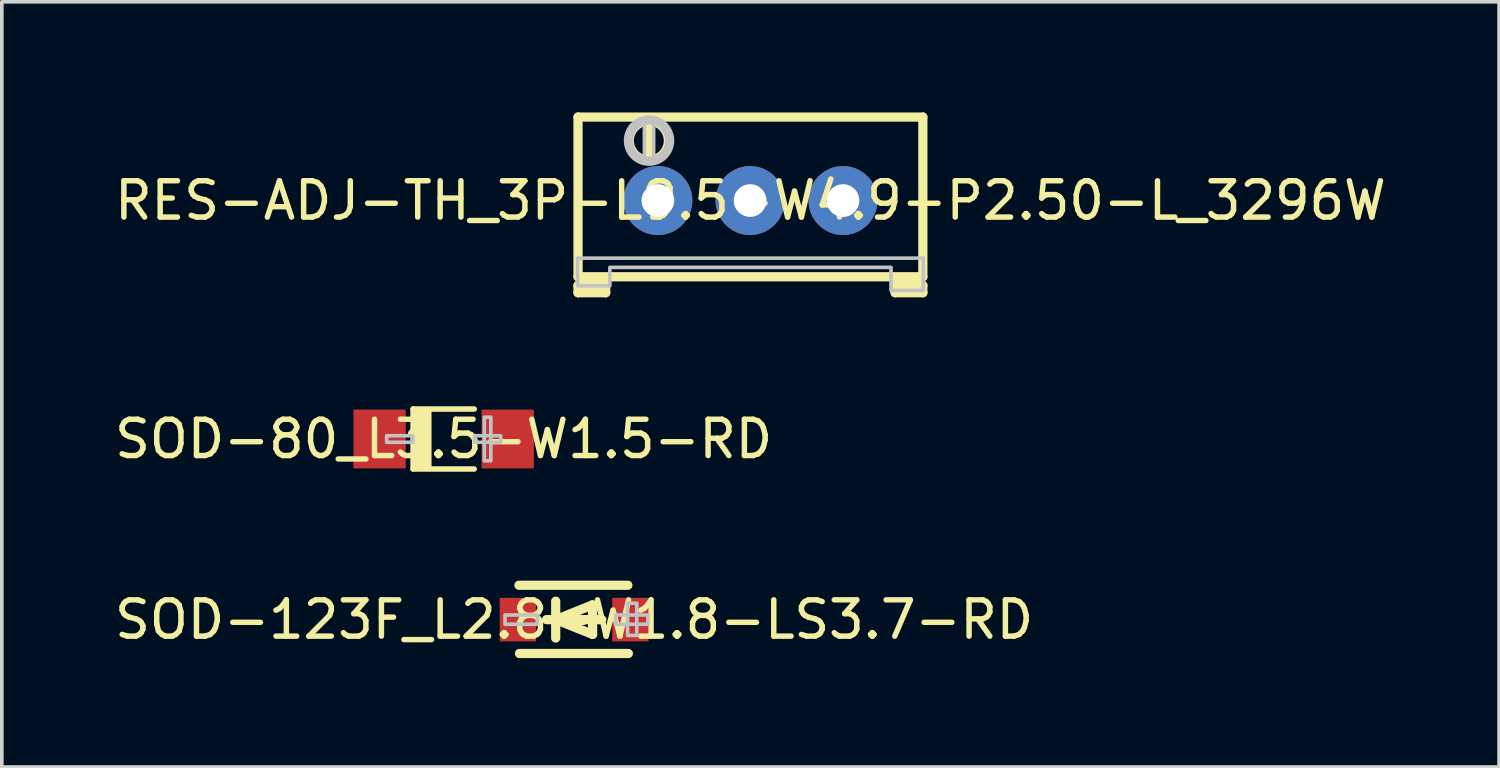
<source format=kicad_pcb>
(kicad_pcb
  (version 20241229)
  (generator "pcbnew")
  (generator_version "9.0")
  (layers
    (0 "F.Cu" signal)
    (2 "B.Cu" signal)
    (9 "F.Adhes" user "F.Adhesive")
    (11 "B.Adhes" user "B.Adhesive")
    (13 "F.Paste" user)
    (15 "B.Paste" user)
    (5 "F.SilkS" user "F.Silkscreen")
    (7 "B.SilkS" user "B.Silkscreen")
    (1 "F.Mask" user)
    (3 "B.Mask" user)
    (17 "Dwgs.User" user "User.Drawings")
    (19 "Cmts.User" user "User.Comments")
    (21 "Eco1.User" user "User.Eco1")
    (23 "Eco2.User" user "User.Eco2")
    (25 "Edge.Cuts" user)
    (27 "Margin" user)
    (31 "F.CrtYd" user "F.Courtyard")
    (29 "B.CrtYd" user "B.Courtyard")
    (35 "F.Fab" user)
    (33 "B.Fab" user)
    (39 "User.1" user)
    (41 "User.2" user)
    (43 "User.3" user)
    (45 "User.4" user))
  (footprint "RES-ADJ-TH_3P-L9.5-W4.9-P2.50-L_3296W"
    (layer "F.Cu")
    (at 17.625 2.475)
    (property "Reference" "RES-ADJ-TH_3P-L9.5-W4.9-P2.50-L_3296W" (at 0 0 0) (layer "F.SilkS") (effects (font (size 1 1) (thickness 0.15))))
    (fp_line (start -4.75 -2.3) (end 4.75 -2.3) (stroke (width 0.254) (type default)) (layer "F.SilkS"))
    (fp_line (start -4.75 2.1) (end -4.75 -2.3) (stroke (width 0.254) (type default)) (layer "F.SilkS"))
    (fp_line (start -4.75 2.34) (end -3.988 2.34) (stroke (width 0.254) (type default)) (layer "F.SilkS"))
    (fp_line (start -4.75 2.54) (end -4.75 2.34) (stroke (width 0.254) (type default)) (layer "F.SilkS"))
    (fp_line (start -3.988 2.34) (end -3.988 2.54) (stroke (width 0.254) (type default)) (layer "F.SilkS"))
    (fp_line (start -3.988 2.54) (end -4.75 2.54) (stroke (width 0.254) (type default)) (layer "F.SilkS"))
    (fp_line (start -2.804 -2.032) (end -2.804 -1.651) (stroke (width 0.254) (type default)) (layer "F.SilkS"))
    (fp_line (start -2.804 -1.651) (end -2.804 -2.032) (stroke (width 0.254) (type default)) (layer "F.SilkS"))
    (fp_line (start -2.804 -1.27) (end -2.804 -1.651) (stroke (width 0.254) (type default)) (layer "F.SilkS"))
    (fp_line (start 3.988 2.34) (end 4.75 2.34) (stroke (width 0.254) (type default)) (layer "F.SilkS"))
    (fp_line (start 3.988 2.54) (end 3.988 2.34) (stroke (width 0.254) (type default)) (layer "F.SilkS"))
    (fp_line (start 4.75 -2.3) (end 4.75 2.1) (stroke (width 0.254) (type default)) (layer "F.SilkS"))
    (fp_line (start 4.75 2.1) (end -4.75 2.1) (stroke (width 0.254) (type default)) (layer "F.SilkS"))
    (fp_line (start 4.75 2.34) (end 4.75 2.54) (stroke (width 0.254) (type default)) (layer "F.SilkS"))
    (fp_line (start 4.75 2.54) (end 3.988 2.54) (stroke (width 0.254) (type default)) (layer "F.SilkS"))
    (fp_arc (start -2.794 -2.1895) (mid -2.799 -1.111477) (end -2.804 -2.1895) (stroke (width 0.254) (type default)) (layer "F.SilkS"))
    (fp_circle (center -2.794 -1.651) (end -2.226 -1.651) (stroke (width 0.254) (type default)) (fill no) (layer "Dwgs.User"))
    (fp_poly (pts (xy -2.921 -2.159) (xy -2.667 -2.159) (xy -2.667 -1.143) (xy -2.921 -1.143)) (stroke (width 0.1) (type default)) (fill no) (layer "Dwgs.User"))
    (fp_poly (pts (xy -4.763 2.349) (xy -4.763 1.587) (xy 4.763 1.587) (xy 4.763 2.477) (xy 3.873 2.477) (xy 3.873 1.841) (xy -3.873 1.841) (xy -3.873 2.349)) (stroke (width 0.1) (type default)) (fill no) (layer "Dwgs.User"))
    (fp_poly (pts (xy -2.305 -0.049) (xy -2.342 -0.139) (xy -2.411 -0.208) (xy -2.501 -0.245) (xy -2.599 -0.245) (xy -2.689 -0.208) (xy -2.758 -0.139) (xy -2.795 -0.049) (xy -2.795 0.049) (xy -2.758 0.139) (xy -2.689 0.208) (xy -2.599 0.245) (xy -2.501 0.245) (xy -2.411 0.208) (xy -2.342 0.139) (xy -2.305 0.049)) (stroke (width 0.1) (type default)) (fill no) (layer "User.1"))
    (fp_poly (pts (xy 0.235 -0.049) (xy 0.198 -0.139) (xy 0.129 -0.208) (xy 0.039 -0.245) (xy -0.059 -0.245) (xy -0.149 -0.208) (xy -0.218 -0.139) (xy -0.255 -0.049) (xy -0.255 0.049) (xy -0.218 0.139) (xy -0.149 0.208) (xy -0.059 0.245) (xy 0.039 0.245) (xy 0.129 0.208) (xy 0.198 0.139) (xy 0.235 0.049)) (stroke (width 0.1) (type default)) (fill no) (layer "User.1"))
    (fp_poly (pts (xy 2.795 -0.049) (xy 2.758 -0.139) (xy 2.689 -0.208) (xy 2.599 -0.245) (xy 2.501 -0.245) (xy 2.411 -0.208) (xy 2.342 -0.139) (xy 2.305 -0.049) (xy 2.305 0.049) (xy 2.342 0.139) (xy 2.411 0.208) (xy 2.501 0.245) (xy 2.599 0.245) (xy 2.689 0.208) (xy 2.758 0.139) (xy 2.795 0.049)) (stroke (width 0.1) (type default)) (fill no) (layer "User.1"))
    (fp_line (start -4.75 -2.45) (end 4.75 -2.45) (stroke (width 0.051) (type default)) (layer "User.2"))
    (fp_line (start -4.75 2.4) (end -4.75 -2.45) (stroke (width 0.051) (type default)) (layer "User.2"))
    (fp_line (start -3.937 1.95) (end -3.937 2.4) (stroke (width 0.051) (type default)) (layer "User.2"))
    (fp_line (start -3.937 2.4) (end -4.75 2.4) (stroke (width 0.051) (type default)) (layer "User.2"))
    (fp_line (start 3.937 1.95) (end -3.937 1.95) (stroke (width 0.051) (type default)) (layer "User.2"))
    (fp_line (start 3.937 2.4) (end 3.937 1.95) (stroke (width 0.051) (type default)) (layer "User.2"))
    (fp_line (start 4.75 -2.45) (end 4.75 2.4) (stroke (width 0.051) (type default)) (layer "User.2"))
    (fp_line (start 4.75 2.4) (end 3.937 2.4) (stroke (width 0.051) (type default)) (layer "User.2"))
    (fp_poly (pts (xy -4.695 2.377) (xy -4.727 2.345) (xy -4.773 2.345) (xy -4.805 2.377) (xy -4.805 2.423) (xy -4.773 2.455) (xy -4.727 2.455) (xy -4.695 2.423)) (stroke (width 0.1) (type default)) (fill no) (layer "User.3"))
    (pad "1" thru_hole circle (at -2.55 0) (size 1.9 1.9) (drill 0.9) (layers "*.Cu" "*.Mask"))
    (pad "2" thru_hole circle (at -0.01 0) (size 1.9 1.9) (drill 0.9) (layers "*.Cu" "*.Mask"))
    (pad "3" thru_hole circle (at 2.55 0) (size 1.9 1.9) (drill 0.9) (layers "*.Cu" "*.Mask")))
  (footprint "SOD-80_L3.5-W1.5-RD"
    (layer "F.Cu")
    (at 9.173 9.045)
    (property "Reference" "SOD-80_L3.5-W1.5-RD" (at 0 0 0) (layer "F.SilkS") (effects (font (size 1 1) (thickness 0.15))))
    (fp_line (start -0.842 -0.826) (end -0.842 0.826) (stroke (width 0.152) (type default)) (layer "F.SilkS"))
    (fp_line (start -0.842 -0.826) (end 0.842 -0.826) (stroke (width 0.152) (type default)) (layer "F.SilkS"))
    (fp_line (start -0.842 0.826) (end 0.842 0.826) (stroke (width 0.152) (type default)) (layer "F.SilkS"))
    (fp_poly (pts (xy -0.842 -0.801) (xy -0.334 -0.801) (xy -0.334 0.801) (xy -0.842 0.801)) (stroke (width 0) (type default)) (fill yes) (layer "F.SilkS"))
    (fp_poly (pts (xy -1.57 0.09) (xy -1.57 -0.09) (xy -0.85 -0.09) (xy -0.85 0.09)) (stroke (width 0.1) (type default)) (fill no) (layer "Dwgs.User"))
    (fp_poly (pts (xy 1.3 0.6) (xy 1.3 -0.6) (xy 1.12 -0.6) (xy 1.12 0.6)) (stroke (width 0.1) (type default)) (fill no) (layer "Dwgs.User"))
    (fp_poly (pts (xy 1.57 0.09) (xy 1.57 -0.09) (xy 0.85 -0.09) (xy 0.85 0.09)) (stroke (width 0.1) (type default)) (fill no) (layer "Dwgs.User"))
    (fp_poly (pts (xy -1.75 0.75) (xy -1.75 -0.75) (xy -1.28 -0.75) (xy -1.28 0.75)) (stroke (width 0.1) (type default)) (fill no) (layer "User.1"))
    (fp_poly (pts (xy 1.75 0.75) (xy 1.75 -0.75) (xy 1.28 -0.75) (xy 1.28 0.75)) (stroke (width 0.1) (type default)) (fill no) (layer "User.1"))
    (fp_line (start -1.75 -0.75) (end 1.75 -0.75) (stroke (width 0.051) (type default)) (layer "User.2"))
    (fp_line (start -1.75 0.75) (end -1.75 -0.75) (stroke (width 0.051) (type default)) (layer "User.2"))
    (fp_line (start 1.75 -0.75) (end 1.75 0.75) (stroke (width 0.051) (type default)) (layer "User.2"))
    (fp_line (start 1.75 0.75) (end -1.75 0.75) (stroke (width 0.051) (type default)) (layer "User.2"))
    (fp_poly (pts (xy -1.695 0.727) (xy -1.727 0.695) (xy -1.773 0.695) (xy -1.805 0.727) (xy -1.805 0.773) (xy -1.773 0.805) (xy -1.727 0.805) (xy -1.695 0.773)) (stroke (width 0.1) (type default)) (fill no) (layer "User.3"))
    (pad "1" smd rect (at -1.765 0) (size 1.44 1.62) (layers "F.Cu" "F.Mask" "F.Paste"))
    (pad "2" smd rect (at 1.765 0) (size 1.44 1.62) (layers "F.Cu" "F.Mask" "F.Paste")))
  (footprint "SOD-123F_L2.8-W1.8-LS3.7-RD"
    (layer "F.Cu")
    (at 12.768 14.021)
    (property "Reference" "SOD-123F_L2.8-W1.8-LS3.7-RD" (at 0 0 0) (layer "F.SilkS") (effects (font (size 1 1) (thickness 0.15))))
    (fp_line (start -1.52 -0.947) (end 1.48 -0.947) (stroke (width 0.254) (type default)) (layer "F.SilkS"))
    (fp_line (start -1.506 0.933) (end 1.494 0.933) (stroke (width 0.254) (type default)) (layer "F.SilkS"))
    (fp_line (start -0.762 0) (end 0.762 0) (stroke (width 0.254) (type default)) (layer "F.SilkS"))
    (fp_line (start -0.508 -0.508) (end -0.508 0.508) (stroke (width 0.254) (type default)) (layer "F.SilkS"))
    (fp_line (start -0.508 0) (end 0.508 -0.406) (stroke (width 0.254) (type default)) (layer "F.SilkS"))
    (fp_line (start 0.508 -0.406) (end 0.508 0.406) (stroke (width 0.254) (type default)) (layer "F.SilkS"))
    (fp_line (start 0.508 0.406) (end -0.508 0) (stroke (width 0.254) (type default)) (layer "F.SilkS"))
    (fp_poly (pts (xy -1.905 -0.127) (xy -1.016 -0.127) (xy -1.016 0.127) (xy -1.905 0.127)) (stroke (width 0.1) (type default)) (fill no) (layer "Dwgs.User"))
    (fp_poly (pts (xy 1.143 -0.127) (xy 2.032 -0.127) (xy 2.032 0.127) (xy 1.143 0.127)) (stroke (width 0.1) (type default)) (fill no) (layer "Dwgs.User"))
    (fp_poly (pts (xy 1.472 0.436) (xy 1.472 -0.453) (xy 1.726 -0.453) (xy 1.726 0.436)) (stroke (width 0.1) (type default)) (fill no) (layer "Dwgs.User"))
    (fp_poly (pts (xy -1.85 0.5) (xy -1.85 -0.5) (xy -1.3 -0.5) (xy -1.3 0.5)) (stroke (width 0.1) (type default)) (fill no) (layer "User.1"))
    (fp_poly (pts (xy 1.3 0.5) (xy 1.3 -0.5) (xy 1.85 -0.5) (xy 1.85 0.5)) (stroke (width 0.1) (type default)) (fill no) (layer "User.1"))
    (fp_line (start -1.35 -0.85) (end 1.35 -0.85) (stroke (width 0.051) (type default)) (layer "User.2"))
    (fp_line (start -1.35 0.85) (end -1.35 -0.85) (stroke (width 0.051) (type default)) (layer "User.2"))
    (fp_line (start 1.35 -0.85) (end 1.35 0.85) (stroke (width 0.051) (type default)) (layer "User.2"))
    (fp_line (start 1.35 0.85) (end -1.35 0.85) (stroke (width 0.051) (type default)) (layer "User.2"))
    (fp_poly (pts (xy -1.795 0.827) (xy -1.827 0.795) (xy -1.873 0.795) (xy -1.905 0.827) (xy -1.905 0.873) (xy -1.873 0.905) (xy -1.827 0.905) (xy -1.795 0.873)) (stroke (width 0.1) (type default)) (fill no) (layer "User.3"))
    (pad "1" smd rect (at -1.55 0) (size 1 1.2) (layers "F.Cu" "F.Mask" "F.Paste"))
    (pad "2" smd rect (at 1.55 0) (size 1 1.2) (layers "F.Cu" "F.Mask" "F.Paste")))
  (gr_rect
    (start -3 -3)
    (end 38.25 18.081)
    (stroke (width 0.1) (type default))
    (fill no)
    (layer "Edge.Cuts")))
</source>
